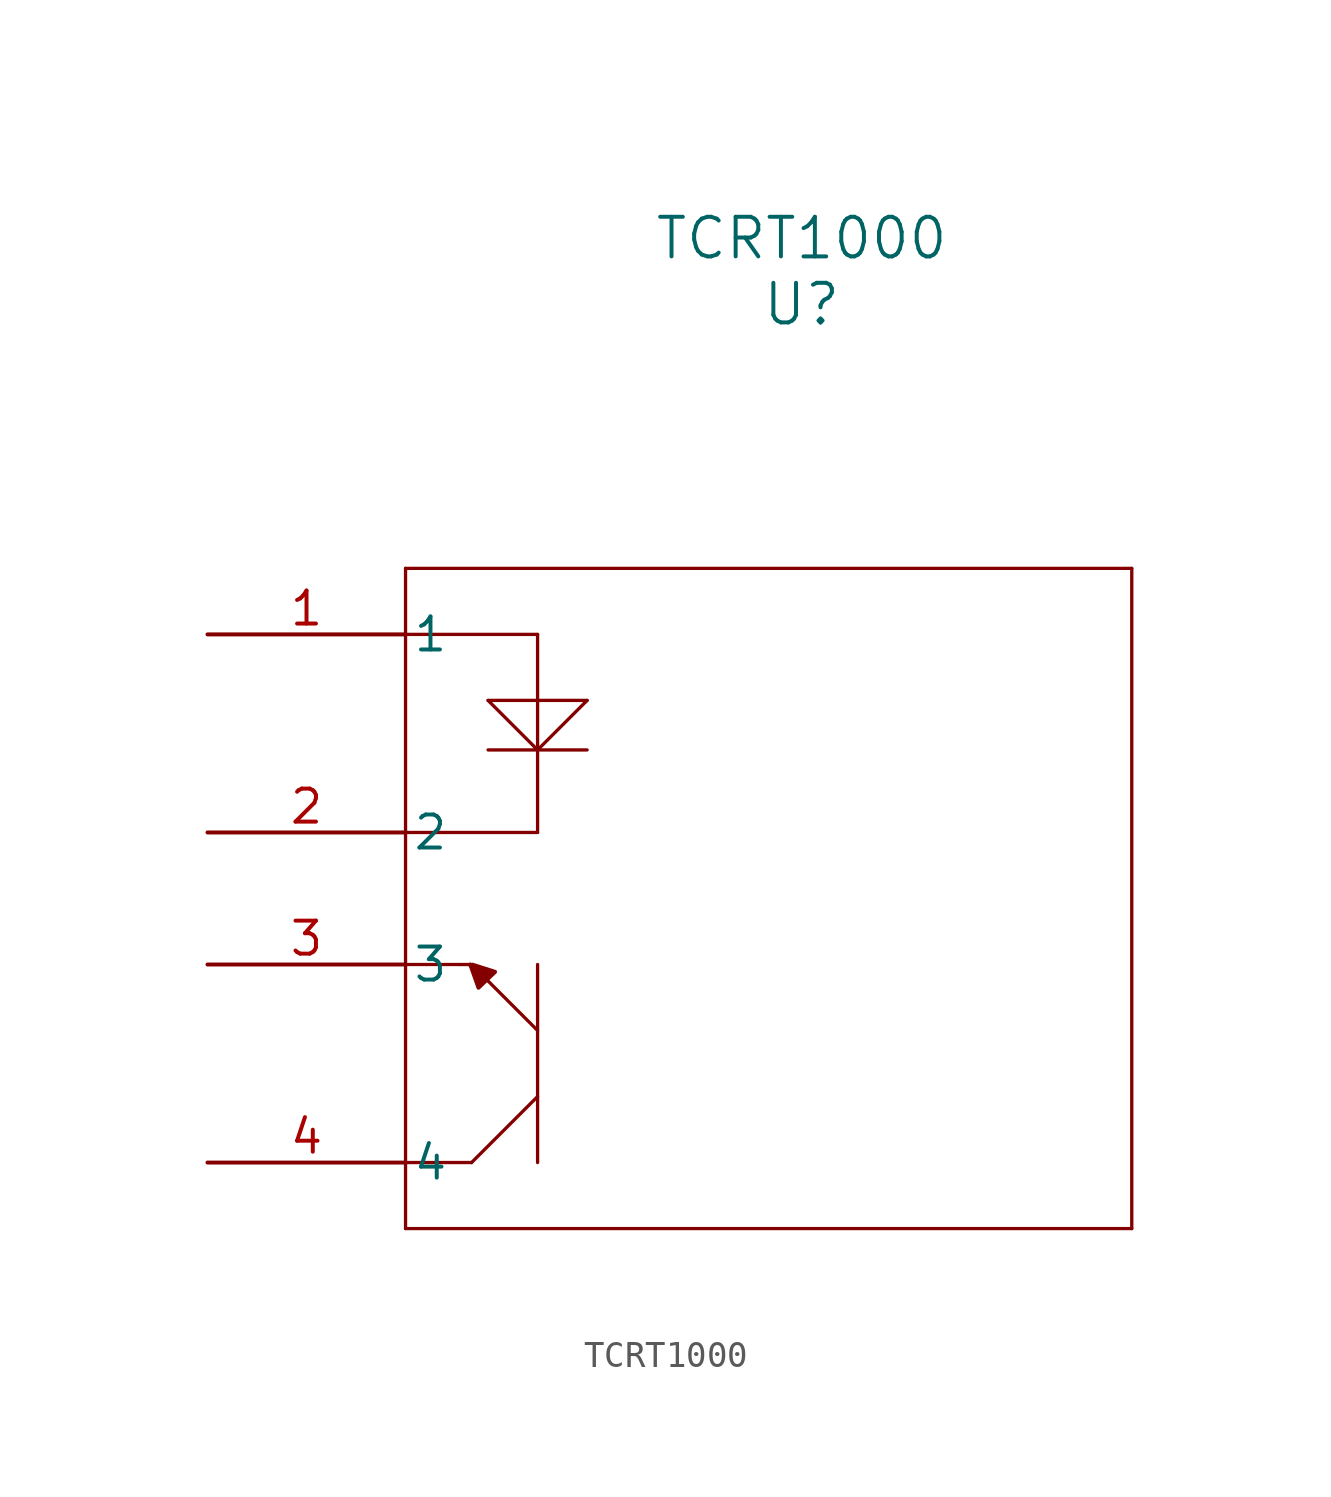
<source format=kicad_sym>
(kicad_symbol_lib
  (version 20211014)
  (generator kicad_symbol_editor)
  (symbol "TCRT1000"
    (pin_names
      (offset 0.254))
    (property "Reference" "U"
      (at 22.86 12.7 0)
      (effects (font (size 1.524 1.524))))
    (property "Value" "TCRT1000"
      (at 22.86 15.24 0)
      (effects (font (size 1.524 1.524))))
    (symbol "TCRT1000_0_1"
      (polyline (pts (xy 10.16 -20.32) (xy 7.62 -20.32)) (stroke (width 0.127) (type default) (color 0 0 0 0)) (fill (type none)))
      (polyline (pts (xy 12.7 -12.7) (xy 12.7 -20.32)) (stroke (width 0.127) (type default) (color 0 0 0 0)) (fill (type none)))
      (polyline (pts (xy 10.16 -20.32) (xy 12.7 -17.78)) (stroke (width 0.127) (type default) (color 0 0 0 0)) (fill (type none)))
      (polyline (pts (xy 7.62 2.54) (xy 7.62 -22.86)) (stroke (width 0.127) (type default) (color 0 0 0 0)) (fill (type none)))
      (polyline (pts (xy 12.7 -15.24) (xy 10.16 -12.7)) (stroke (width 0.127) (type default) (color 0 0 0 0)) (fill (type none)))
      (polyline (pts (xy 7.62 -22.86) (xy 35.56 -22.86)) (stroke (width 0.127) (type default) (color 0 0 0 0)) (fill (type none)))
      (polyline (pts (xy 7.62 -12.7) (xy 10.109 -12.701)) (stroke (width 0.127) (type default) (color 0 0 0 0)) (fill (type none)))
      (polyline (pts (xy 35.56 -22.86) (xy 35.56 2.54)) (stroke (width 0.127) (type default) (color 0 0 0 0)) (fill (type none)))
      (polyline (pts (xy 35.56 2.54) (xy 7.62 2.54)) (stroke (width 0.127) (type default) (color 0 0 0 0)) (fill (type none)))
      (polyline (pts (xy 12.7 0) (xy 12.7 -7.62)) (stroke (width 0.127) (type default) (color 0 0 0 0)) (fill (type none)))
      (polyline (pts (xy 10.198 -12.707) (xy 11.065 -12.983) (xy 10.426 -13.595) (xy 10.109 -12.701)) (stroke (width 0) (type default) (color 0 0 0 0)) (fill (type outline)))
      (polyline (pts (xy 10.795 -4.445) (xy 14.605 -4.445)) (stroke (width 0.127) (type default) (color 0 0 0 0)) (fill (type none)))
      (polyline (pts (xy 12.7 0) (xy 7.62 0)) (stroke (width 0.127) (type default) (color 0 0 0 0)) (fill (type none)))
      (polyline (pts (xy 12.7 -7.62) (xy 7.62 -7.62)) (stroke (width 0.127) (type default) (color 0 0 0 0)) (fill (type none)))
      (polyline (pts (xy 12.7 -4.445) (xy 14.605 -2.54)) (stroke (width 0.127) (type default) (color 0 0 0 0)) (fill (type none)))
      (polyline (pts (xy 10.795 -2.54) (xy 12.7 -4.445)) (stroke (width 0.127) (type default) (color 0 0 0 0)) (fill (type none)))
      (polyline (pts (xy 10.795 -2.54) (xy 14.605 -2.54)) (stroke (width 0.127) (type default) (color 0 0 0 0)) (fill (type none)))
      (pin unspecified line (at 0 0 0) (length 7.62) (name "1" (effects (font (size 1.27 1.27)))) (number "1" (effects (font (size 1.27 1.27)))))
      (pin unspecified line (at 0 -7.62 0) (length 7.62) (name "2" (effects (font (size 1.27 1.27)))) (number "2" (effects (font (size 1.27 1.27)))))
      (pin unspecified line (at 0 -12.7 0) (length 7.62) (name "3" (effects (font (size 1.27 1.27)))) (number "3" (effects (font (size 1.27 1.27)))))
      (pin unspecified line (at 0 -20.32 0) (length 7.62) (name "4" (effects (font (size 1.27 1.27)))) (number "4" (effects (font (size 1.27 1.27))))))))
</source>
